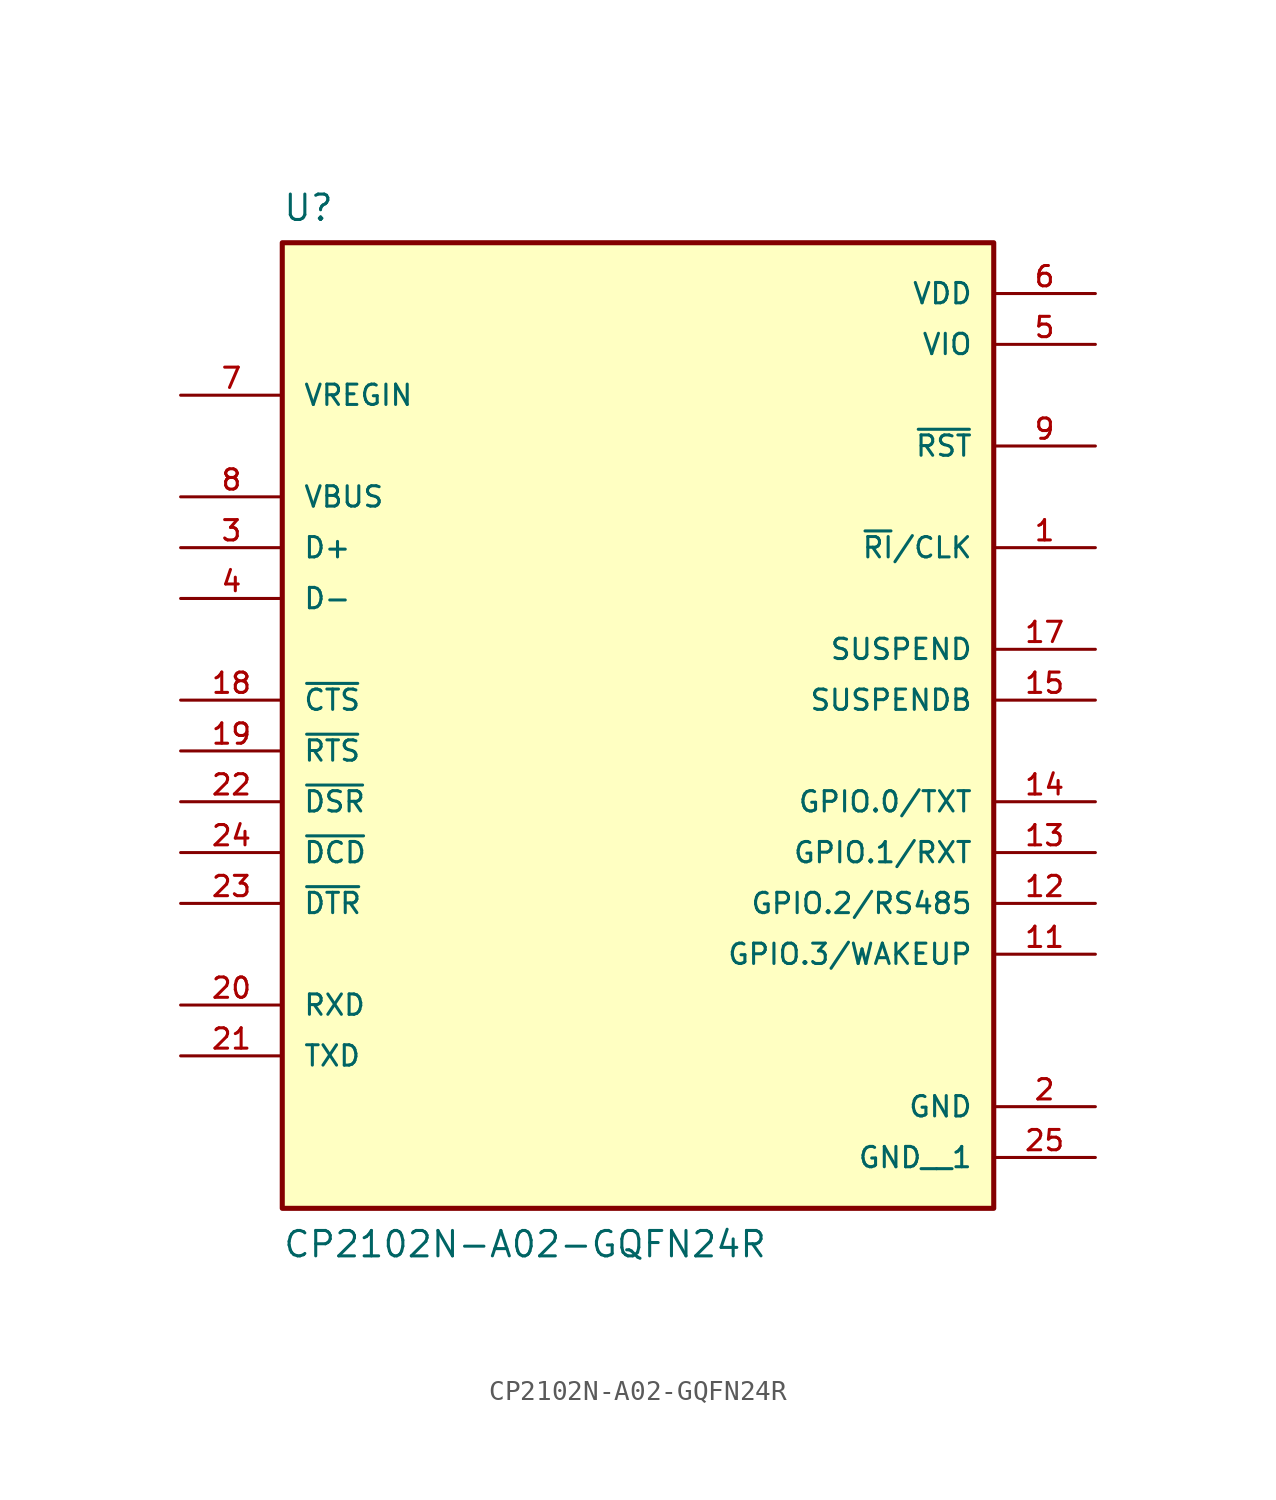
<source format=kicad_sym>
(kicad_symbol_lib
  (version 20211014)
  (generator kicad_symbol_editor)
  (symbol "CP2102N-A02-GQFN24R"
    (pin_names
      (offset 1.016))
    (property "Reference" "U"
      (at -17.78 23.86 0.0)
      (effects (font (size 1.27 1.27)) (justify bottom left)))
    (property "Value" "CP2102N-A02-GQFN24R"
      (at -17.78 -27.94 0.0)
      (effects (font (size 1.27 1.27)) (justify bottom left)))
    (symbol "CP2102N-A02-GQFN24R_0_0"
      (rectangle (start -17.78 -25.4) (end 17.78 22.86) (stroke (width 0.254)) (fill (type background)))
      (pin input line (at -22.86 0.0 0) (length 5.08) (name "~{CTS}" (effects (font (size 1.016 1.016)))) (number "18" (effects (font (size 1.016 1.016)))))
      (pin input line (at -22.86 -7.62 0) (length 5.08) (name "~{DCD}" (effects (font (size 1.016 1.016)))) (number "24" (effects (font (size 1.016 1.016)))))
      (pin input line (at -22.86 -5.08 0) (length 5.08) (name "~{DSR}" (effects (font (size 1.016 1.016)))) (number "22" (effects (font (size 1.016 1.016)))))
      (pin input line (at -22.86 -15.24 0) (length 5.08) (name "RXD" (effects (font (size 1.016 1.016)))) (number "20" (effects (font (size 1.016 1.016)))))
      (pin input line (at -22.86 10.16 0) (length 5.08) (name "VBUS" (effects (font (size 1.016 1.016)))) (number "8" (effects (font (size 1.016 1.016)))))
      (pin input line (at -22.86 15.24 0) (length 5.08) (name "VREGIN" (effects (font (size 1.016 1.016)))) (number "7" (effects (font (size 1.016 1.016)))))
      (pin bidirectional line (at -22.86 7.62 0) (length 5.08) (name "D+" (effects (font (size 1.016 1.016)))) (number "3" (effects (font (size 1.016 1.016)))))
      (pin bidirectional line (at -22.86 5.08 0) (length 5.08) (name "D-" (effects (font (size 1.016 1.016)))) (number "4" (effects (font (size 1.016 1.016)))))
      (pin bidirectional line (at 22.86 -5.08 180.0) (length 5.08) (name "GPIO.0/TXT" (effects (font (size 1.016 1.016)))) (number "14" (effects (font (size 1.016 1.016)))))
      (pin bidirectional line (at 22.86 -7.62 180.0) (length 5.08) (name "GPIO.1/RXT" (effects (font (size 1.016 1.016)))) (number "13" (effects (font (size 1.016 1.016)))))
      (pin bidirectional line (at 22.86 7.62 180.0) (length 5.08) (name "~{RI}/CLK" (effects (font (size 1.016 1.016)))) (number "1" (effects (font (size 1.016 1.016)))))
      (pin bidirectional line (at 22.86 12.7 180.0) (length 5.08) (name "~{RST}" (effects (font (size 1.016 1.016)))) (number "9" (effects (font (size 1.016 1.016)))))
      (pin power_in line (at 22.86 17.78 180.0) (length 5.08) (name "VIO" (effects (font (size 1.016 1.016)))) (number "5" (effects (font (size 1.016 1.016)))))
      (pin power_in line (at 22.86 20.32 180.0) (length 5.08) (name "VDD" (effects (font (size 1.016 1.016)))) (number "6" (effects (font (size 1.016 1.016)))))
      (pin output line (at -22.86 -10.16 0) (length 5.08) (name "~{DTR}" (effects (font (size 1.016 1.016)))) (number "23" (effects (font (size 1.016 1.016)))))
      (pin output line (at -22.86 -2.54 0) (length 5.08) (name "~{RTS}" (effects (font (size 1.016 1.016)))) (number "19" (effects (font (size 1.016 1.016)))))
      (pin output line (at 22.86 2.54 180.0) (length 5.08) (name "SUSPEND" (effects (font (size 1.016 1.016)))) (number "17" (effects (font (size 1.016 1.016)))))
      (pin output line (at 22.86 0.0 180.0) (length 5.08) (name "SUSPENDB" (effects (font (size 1.016 1.016)))) (number "15" (effects (font (size 1.016 1.016)))))
      (pin output line (at -22.86 -17.78 0) (length 5.08) (name "TXD" (effects (font (size 1.016 1.016)))) (number "21" (effects (font (size 1.016 1.016)))))
      (pin bidirectional line (at 22.86 -10.16 180.0) (length 5.08) (name "GPIO.2/RS485" (effects (font (size 1.016 1.016)))) (number "12" (effects (font (size 1.016 1.016)))))
      (pin bidirectional line (at 22.86 -12.7 180.0) (length 5.08) (name "GPIO.3/WAKEUP" (effects (font (size 1.016 1.016)))) (number "11" (effects (font (size 1.016 1.016)))))
      (pin power_in line (at 22.86 -20.32 180.0) (length 5.08) (name "GND" (effects (font (size 1.016 1.016)))) (number "2" (effects (font (size 1.016 1.016)))))
      (pin power_in line (at 22.86 -22.86 180.0) (length 5.08) (name "GND__1" (effects (font (size 1.016 1.016)))) (number "25" (effects (font (size 1.016 1.016))))))))
</source>
